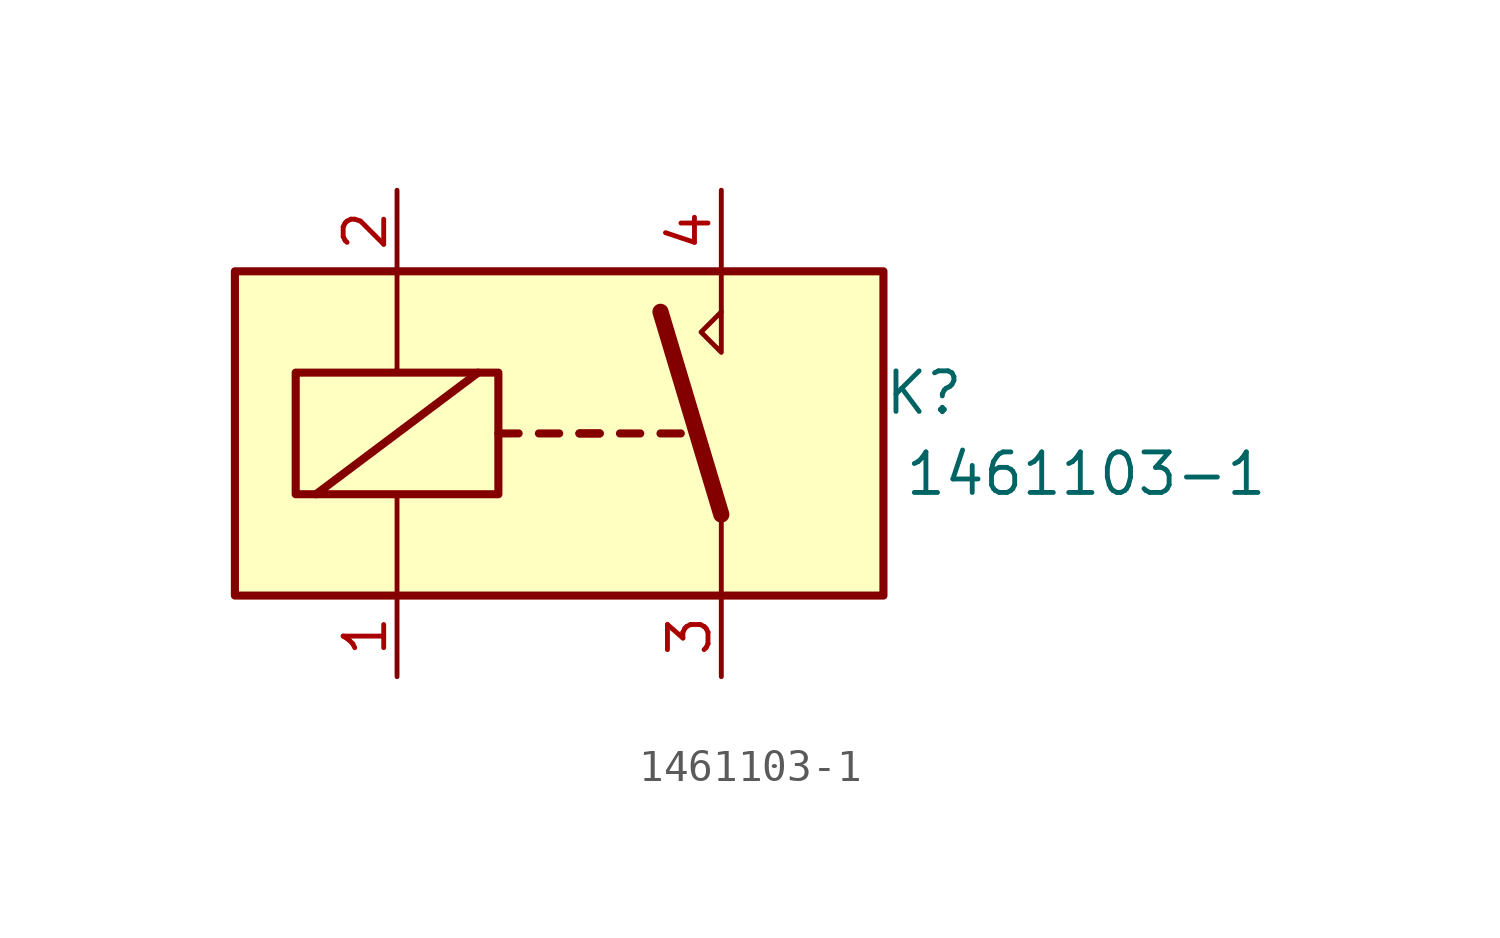
<source format=kicad_sym>
(kicad_symbol_lib
  (version 20211014)
  (generator kicad_symbol_editor)
  (symbol "1461103-1"
    (property "Reference" "K"
      (at 21.59 6.35 0)
      (effects (font (size 1.27 1.27))))
    (property "Value" "1461103-1"
      (at 26.67 3.81 0)
      (effects (font (size 1.27 1.27))))
    (symbol "1461103-1_1_1"
      (polyline (pts (xy 2.54 3.175) (xy 7.62 6.985)) (stroke (width 0.254) (type default) (color 0 0 0 0)) (fill (type none)))
      (polyline (pts (xy 5.08 0) (xy 5.08 3.175)) (stroke (width 0) (type default) (color 0 0 0 0)) (fill (type none)))
      (polyline (pts (xy 5.08 10.16) (xy 5.08 6.985)) (stroke (width 0) (type default) (color 0 0 0 0)) (fill (type none)))
      (polyline (pts (xy 8.255 5.08) (xy 8.89 5.08)) (stroke (width 0.254) (type default) (color 0 0 0 0)) (fill (type none)))
      (polyline (pts (xy 9.525 5.08) (xy 10.16 5.08)) (stroke (width 0.254) (type default) (color 0 0 0 0)) (fill (type none)))
      (polyline (pts (xy 10.795 5.08) (xy 11.43 5.08)) (stroke (width 0.254) (type default) (color 0 0 0 0)) (fill (type none)))
      (polyline (pts (xy 10.795 5.08) (xy 11.43 5.08)) (stroke (width 0.254) (type default) (color 0 0 0 0)) (fill (type none)))
      (polyline (pts (xy 12.065 5.08) (xy 12.7 5.08)) (stroke (width 0.254) (type default) (color 0 0 0 0)) (fill (type none)))
      (polyline (pts (xy 13.335 5.08) (xy 13.97 5.08)) (stroke (width 0.254) (type default) (color 0 0 0 0)) (fill (type none)))
      (polyline (pts (xy 15.24 2.54) (xy 13.335 8.89)) (stroke (width 0.508) (type default) (color 0 0 0 0)) (fill (type none)))
      (polyline (pts (xy 15.24 2.54) (xy 15.24 0)) (stroke (width 0) (type default) (color 0 0 0 0)) (fill (type none)))
      (polyline (pts (xy 15.24 8.89) (xy 15.24 10.16)) (stroke (width 0) (type default) (color 0 0 0 0)) (fill (type none)))
      (polyline (pts (xy 15.24 8.89) (xy 15.24 7.62) (xy 14.605 8.255) (xy 15.24 8.89)) (stroke (width 0) (type default) (color 0 0 0 0)) (fill (type none)))
      (rectangle (start 0 10.16) (end 20.32 0) (stroke (width 0.254) (type default) (color 0 0 0 0)) (fill (type background)))
      (rectangle (start 1.905 6.985) (end 8.255 3.175) (stroke (width 0.254) (type default) (color 0 0 0 0)) (fill (type none)))
      (pin passive line (at 5.08 -2.54 90) (length 2.54) (name "" (effects (font (size 1.27 1.27)))) (number "1" (effects (font (size 1.27 1.27)))))
      (pin passive line (at 5.08 12.7 270) (length 2.54) (name "" (effects (font (size 1.27 1.27)))) (number "2" (effects (font (size 1.27 1.27)))))
      (pin passive line (at 15.24 -2.54 90) (length 2.54) (name "" (effects (font (size 1.27 1.27)))) (number "3" (effects (font (size 1.27 1.27)))))
      (pin passive line (at 15.24 12.7 270) (length 2.54) (name "" (effects (font (size 1.27 1.27)))) (number "4" (effects (font (size 1.27 1.27))))))))
</source>
